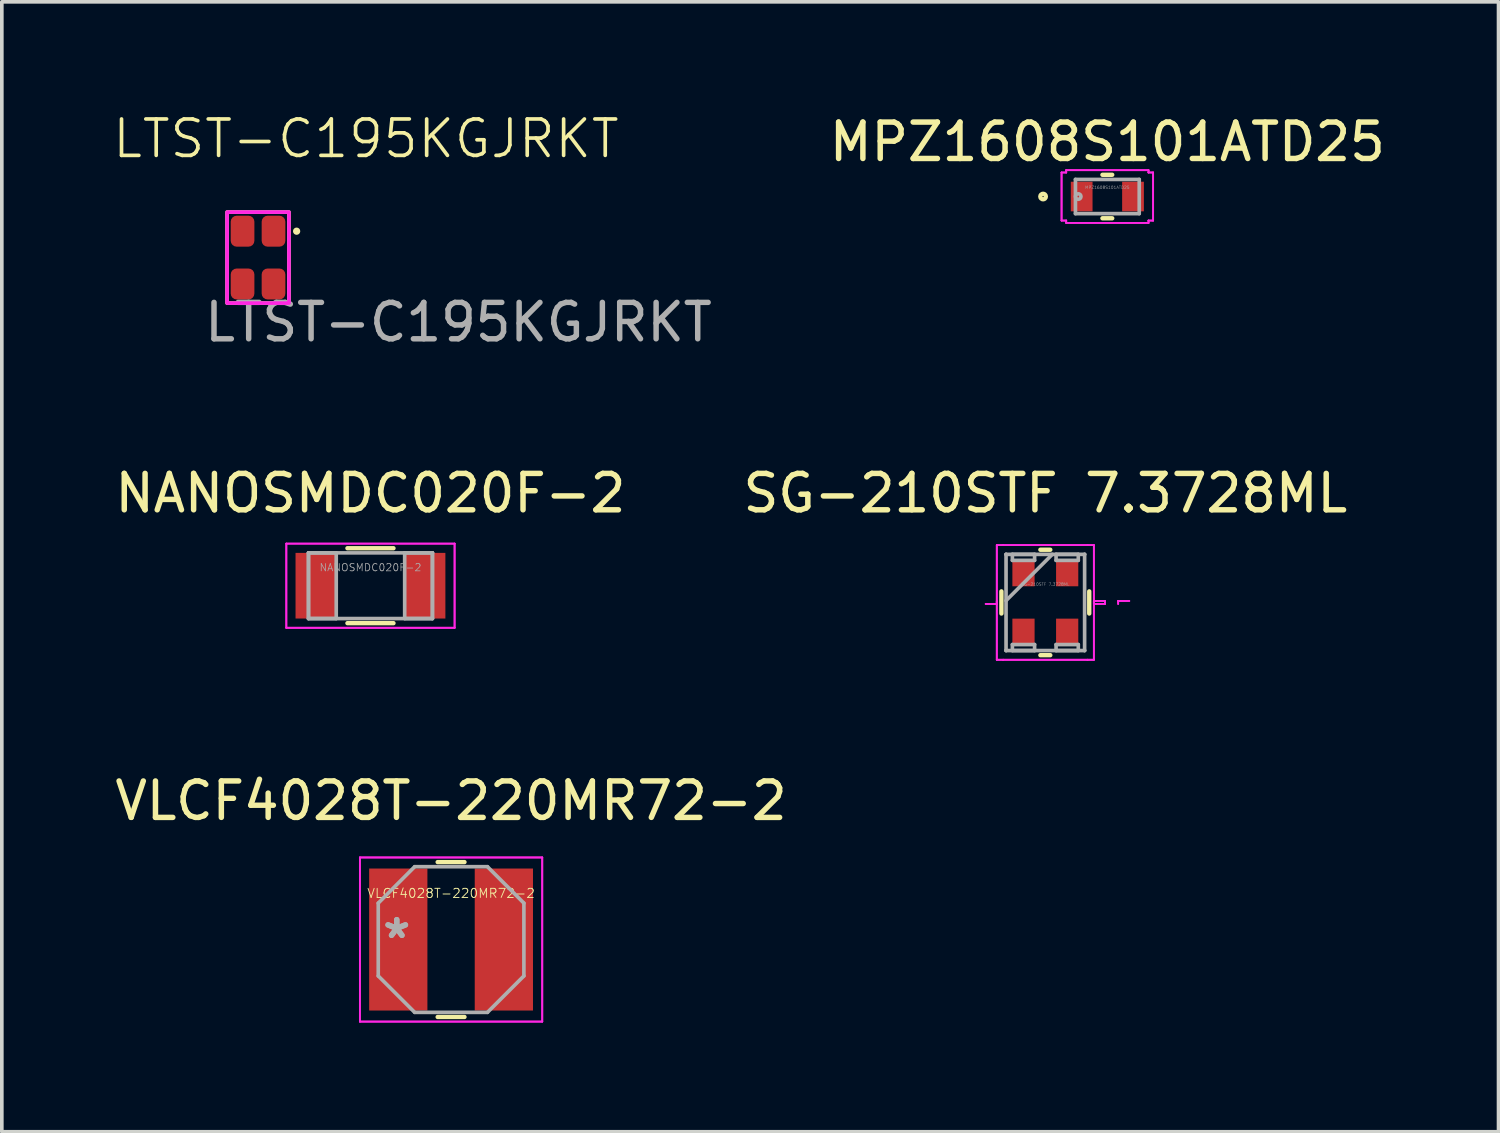
<source format=kicad_pcb>
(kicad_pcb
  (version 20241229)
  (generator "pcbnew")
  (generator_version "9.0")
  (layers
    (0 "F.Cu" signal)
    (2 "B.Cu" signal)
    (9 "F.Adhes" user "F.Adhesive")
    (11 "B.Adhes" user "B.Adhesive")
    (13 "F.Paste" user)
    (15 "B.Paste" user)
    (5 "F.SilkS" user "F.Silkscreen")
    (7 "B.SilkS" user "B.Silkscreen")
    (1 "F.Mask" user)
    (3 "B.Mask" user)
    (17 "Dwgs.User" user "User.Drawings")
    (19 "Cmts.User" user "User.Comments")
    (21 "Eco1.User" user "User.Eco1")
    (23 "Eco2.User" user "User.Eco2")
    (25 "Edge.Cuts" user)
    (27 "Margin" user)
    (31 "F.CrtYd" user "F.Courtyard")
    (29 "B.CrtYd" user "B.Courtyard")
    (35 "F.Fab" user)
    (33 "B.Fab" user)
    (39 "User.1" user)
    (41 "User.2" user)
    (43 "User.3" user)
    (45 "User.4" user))
  (footprint "VLCF4028T-220MR72-2"
    (layer "F.Cu")
    (at 9.339 22.755)
    (property "Reference" "VLCF4028T-220MR72-2" (at 0 -3.81 0) (layer "F.SilkS") (effects (font (size 1 1) (thickness 0.15))))
    (attr through_hole)
    (fp_line (start -0.368 2.127) (end 0.368 2.127) (stroke (width 0.12) (type solid)) (layer "F.SilkS"))
    (fp_line (start 0.368 -2.127) (end -0.368 -2.127) (stroke (width 0.12) (type solid)) (layer "F.SilkS"))
    (fp_line (start -2.504 -2.254) (end 2.504 -2.254) (stroke (width 0.05) (type solid)) (layer "F.CrtYd"))
    (fp_line (start -2.504 -2.254) (end 2.504 -2.254) (stroke (width 0.05) (type solid)) (layer "F.CrtYd"))
    (fp_line (start -2.504 2.254) (end -2.504 -2.254) (stroke (width 0.05) (type solid)) (layer "F.CrtYd"))
    (fp_line (start -2.504 2.254) (end -2.504 -2.254) (stroke (width 0.05) (type solid)) (layer "F.CrtYd"))
    (fp_line (start 2.504 -2.254) (end 2.504 2.254) (stroke (width 0.05) (type solid)) (layer "F.CrtYd"))
    (fp_line (start 2.504 -2.254) (end 2.504 2.254) (stroke (width 0.05) (type solid)) (layer "F.CrtYd"))
    (fp_line (start 2.504 2.254) (end -2.504 2.254) (stroke (width 0.05) (type solid)) (layer "F.CrtYd"))
    (fp_line (start 2.504 2.254) (end -2.504 2.254) (stroke (width 0.05) (type solid)) (layer "F.CrtYd"))
    (fp_line (start -2 -1) (end -2 1) (stroke (width 0.1) (type solid)) (layer "F.Fab"))
    (fp_line (start -2 1) (end -1 2) (stroke (width 0.1) (type solid)) (layer "F.Fab"))
    (fp_line (start -1 -2) (end -2 -1) (stroke (width 0.1) (type solid)) (layer "F.Fab"))
    (fp_line (start -1 2) (end 1 2) (stroke (width 0.1) (type solid)) (layer "F.Fab"))
    (fp_line (start 1 -2) (end -1 -2) (stroke (width 0.1) (type solid)) (layer "F.Fab"))
    (fp_line (start 1 2) (end 2 1) (stroke (width 0.1) (type solid)) (layer "F.Fab"))
    (fp_line (start 2 -1) (end 1 -2) (stroke (width 0.1) (type solid)) (layer "F.Fab"))
    (fp_line (start 2 1) (end 2 -1) (stroke (width 0.1) (type solid)) (layer "F.Fab"))
    (fp_text user "${REFERENCE}" (at 0 -1.27 0) (layer "F.SilkS") (effects (font (size 0.25 0.25) (thickness 0.025))))
    (fp_text user "*" (at -1.492 0 0) (layer "F.Fab") (effects (font (size 1 1) (thickness 0.15))))
    (fp_text user "*" (at -1.492 0 0) (layer "F.Fab") (effects (font (size 1 1) (thickness 0.15))))
    (pad "1" smd rect (at -1.45 0) (size 1.6 3.9) (layers "F.Cu" "F.Mask" "F.Paste"))
    (pad "2" smd rect (at 1.45 0) (size 1.6 3.9) (layers "F.Cu" "F.Mask" "F.Paste")))
  (footprint "MPZ1608S101ATD25"
    (layer "F.Cu")
    (at 27.364 2.348)
    (property "Reference" "MPZ1608S101ATD25" (at 0 -1.5 0) (layer "F.SilkS") (effects (font (size 1 1) (thickness 0.15))))
    (attr through_hole)
    (fp_line (start -0.134 0.597) (end 0.134 0.597) (stroke (width 0.12) (type solid)) (layer "F.SilkS"))
    (fp_line (start 0.134 -0.597) (end -0.134 -0.597) (stroke (width 0.12) (type solid)) (layer "F.SilkS"))
    (fp_circle (center -1.765 0) (end -1.689 0) (stroke (width 0.12) (type solid)) (fill no) (layer "F.SilkS"))
    (fp_line (start -1.257 -0.66) (end -1.13 -0.66) (stroke (width 0.05) (type solid)) (layer "F.CrtYd"))
    (fp_line (start -1.257 -0.66) (end -1.13 -0.66) (stroke (width 0.05) (type solid)) (layer "F.CrtYd"))
    (fp_line (start -1.257 0.66) (end -1.257 -0.66) (stroke (width 0.05) (type solid)) (layer "F.CrtYd"))
    (fp_line (start -1.257 0.66) (end -1.257 -0.66) (stroke (width 0.05) (type solid)) (layer "F.CrtYd"))
    (fp_line (start -1.13 -0.724) (end 1.13 -0.724) (stroke (width 0.05) (type solid)) (layer "F.CrtYd"))
    (fp_line (start -1.13 -0.724) (end 1.13 -0.724) (stroke (width 0.05) (type solid)) (layer "F.CrtYd"))
    (fp_line (start -1.13 -0.66) (end -1.13 -0.724) (stroke (width 0.05) (type solid)) (layer "F.CrtYd"))
    (fp_line (start -1.13 -0.66) (end -1.13 -0.724) (stroke (width 0.05) (type solid)) (layer "F.CrtYd"))
    (fp_line (start -1.13 0.66) (end -1.257 0.66) (stroke (width 0.05) (type solid)) (layer "F.CrtYd"))
    (fp_line (start -1.13 0.66) (end -1.257 0.66) (stroke (width 0.05) (type solid)) (layer "F.CrtYd"))
    (fp_line (start -1.13 0.724) (end -1.13 0.66) (stroke (width 0.05) (type solid)) (layer "F.CrtYd"))
    (fp_line (start -1.13 0.724) (end -1.13 0.66) (stroke (width 0.05) (type solid)) (layer "F.CrtYd"))
    (fp_line (start 1.13 -0.724) (end 1.13 -0.66) (stroke (width 0.05) (type solid)) (layer "F.CrtYd"))
    (fp_line (start 1.13 -0.724) (end 1.13 -0.66) (stroke (width 0.05) (type solid)) (layer "F.CrtYd"))
    (fp_line (start 1.13 -0.66) (end 1.257 -0.66) (stroke (width 0.05) (type solid)) (layer "F.CrtYd"))
    (fp_line (start 1.13 -0.66) (end 1.257 -0.66) (stroke (width 0.05) (type solid)) (layer "F.CrtYd"))
    (fp_line (start 1.13 0.66) (end 1.13 0.724) (stroke (width 0.05) (type solid)) (layer "F.CrtYd"))
    (fp_line (start 1.13 0.66) (end 1.13 0.724) (stroke (width 0.05) (type solid)) (layer "F.CrtYd"))
    (fp_line (start 1.13 0.724) (end -1.13 0.724) (stroke (width 0.05) (type solid)) (layer "F.CrtYd"))
    (fp_line (start 1.13 0.724) (end -1.13 0.724) (stroke (width 0.05) (type solid)) (layer "F.CrtYd"))
    (fp_line (start 1.257 -0.66) (end 1.257 0.66) (stroke (width 0.05) (type solid)) (layer "F.CrtYd"))
    (fp_line (start 1.257 -0.66) (end 1.257 0.66) (stroke (width 0.05) (type solid)) (layer "F.CrtYd"))
    (fp_line (start 1.257 0.66) (end 1.13 0.66) (stroke (width 0.05) (type solid)) (layer "F.CrtYd"))
    (fp_line (start 1.257 0.66) (end 1.13 0.66) (stroke (width 0.05) (type solid)) (layer "F.CrtYd"))
    (fp_line (start -0.876 -0.47) (end -0.876 0.47) (stroke (width 0.1) (type solid)) (layer "F.Fab"))
    (fp_line (start -0.876 0.47) (end 0.876 0.47) (stroke (width 0.1) (type solid)) (layer "F.Fab"))
    (fp_line (start 0.876 -0.47) (end -0.876 -0.47) (stroke (width 0.1) (type solid)) (layer "F.Fab"))
    (fp_line (start 0.876 0.47) (end 0.876 -0.47) (stroke (width 0.1) (type solid)) (layer "F.Fab"))
    (fp_circle (center -0.8 0) (end -0.724 0) (stroke (width 0.1) (type solid)) (fill no) (layer "F.Fab"))
    (fp_text user "${REFERENCE}" (at 0 -0.25 0) (unlocked yes) (layer "F.Fab") (effects (font (size 0.08 0.08) (thickness 0.008))))
    (pad "1" smd rect (at -0.705 0) (size 0.597 0.813) (layers "F.Cu" "F.Mask" "F.Paste"))
    (pad "2" smd rect (at 0.705 0) (size 0.597 0.813) (layers "F.Cu" "F.Mask" "F.Paste")))
  (footprint "SG-210STF 7.3728ML"
    (layer "F.Cu")
    (at 25.661 13.497)
    (property "Reference" "SG-210STF 7.3728ML" (at 0 -3 0) (layer "F.SilkS") (effects (font (size 1 1) (thickness 0.15))))
    (attr through_hole)
    (fp_line (start -1.206 -0.304) (end -1.206 0.304) (stroke (width 0.12) (type solid)) (layer "F.SilkS"))
    (fp_line (start -0.136 1.448) (end 0.136 1.448) (stroke (width 0.12) (type solid)) (layer "F.SilkS"))
    (fp_line (start 0.136 -1.448) (end -0.136 -1.448) (stroke (width 0.12) (type solid)) (layer "F.SilkS"))
    (fp_line (start 1.206 0.304) (end 1.206 -0.304) (stroke (width 0.12) (type solid)) (layer "F.SilkS"))
    (fp_line (start -1.638 0.041) (end -1.333 0.041) (stroke (width 0.05) (type solid)) (layer "F.CrtYd"))
    (fp_line (start -1.638 0.041) (end -1.333 0.041) (stroke (width 0.05) (type solid)) (layer "F.CrtYd"))
    (fp_line (start -1.333 -1.575) (end -1.159 -1.575) (stroke (width 0.05) (type solid)) (layer "F.CrtYd"))
    (fp_line (start -1.333 -1.575) (end -1.159 -1.575) (stroke (width 0.05) (type solid)) (layer "F.CrtYd"))
    (fp_line (start -1.333 0.041) (end -1.333 -1.575) (stroke (width 0.05) (type solid)) (layer "F.CrtYd"))
    (fp_line (start -1.333 0.041) (end -1.333 -1.575) (stroke (width 0.05) (type solid)) (layer "F.CrtYd"))
    (fp_line (start -1.333 1.575) (end -1.333 -0.041) (stroke (width 0.05) (type solid)) (layer "F.CrtYd"))
    (fp_line (start -1.333 1.575) (end -1.333 -0.041) (stroke (width 0.05) (type solid)) (layer "F.CrtYd"))
    (fp_line (start -1.159 -1.575) (end -1.159 -1.575) (stroke (width 0.05) (type solid)) (layer "F.CrtYd"))
    (fp_line (start -1.159 -1.575) (end -1.159 -1.575) (stroke (width 0.05) (type solid)) (layer "F.CrtYd"))
    (fp_line (start -1.159 -1.575) (end 1.159 -1.575) (stroke (width 0.05) (type solid)) (layer "F.CrtYd"))
    (fp_line (start -1.159 -1.575) (end 1.159 -1.575) (stroke (width 0.05) (type solid)) (layer "F.CrtYd"))
    (fp_line (start -1.159 1.575) (end -1.333 1.575) (stroke (width 0.05) (type solid)) (layer "F.CrtYd"))
    (fp_line (start -1.159 1.575) (end -1.333 1.575) (stroke (width 0.05) (type solid)) (layer "F.CrtYd"))
    (fp_line (start -1.159 1.575) (end -1.159 1.575) (stroke (width 0.05) (type solid)) (layer "F.CrtYd"))
    (fp_line (start -1.159 1.575) (end -1.159 1.575) (stroke (width 0.05) (type solid)) (layer "F.CrtYd"))
    (fp_line (start 1.159 -1.575) (end 1.159 -1.575) (stroke (width 0.05) (type solid)) (layer "F.CrtYd"))
    (fp_line (start 1.159 -1.575) (end 1.159 -1.575) (stroke (width 0.05) (type solid)) (layer "F.CrtYd"))
    (fp_line (start 1.159 -1.575) (end 1.333 -1.575) (stroke (width 0.05) (type solid)) (layer "F.CrtYd"))
    (fp_line (start 1.159 -1.575) (end 1.333 -1.575) (stroke (width 0.05) (type solid)) (layer "F.CrtYd"))
    (fp_line (start 1.159 1.575) (end -1.159 1.575) (stroke (width 0.05) (type solid)) (layer "F.CrtYd"))
    (fp_line (start 1.159 1.575) (end -1.159 1.575) (stroke (width 0.05) (type solid)) (layer "F.CrtYd"))
    (fp_line (start 1.159 1.575) (end 1.159 1.575) (stroke (width 0.05) (type solid)) (layer "F.CrtYd"))
    (fp_line (start 1.159 1.575) (end 1.159 1.575) (stroke (width 0.05) (type solid)) (layer "F.CrtYd"))
    (fp_line (start 1.333 -1.575) (end 1.333 0.041) (stroke (width 0.05) (type solid)) (layer "F.CrtYd"))
    (fp_line (start 1.333 -1.575) (end 1.333 0.041) (stroke (width 0.05) (type solid)) (layer "F.CrtYd"))
    (fp_line (start 1.333 -0.041) (end 1.333 1.575) (stroke (width 0.05) (type solid)) (layer "F.CrtYd"))
    (fp_line (start 1.333 -0.041) (end 1.333 1.575) (stroke (width 0.05) (type solid)) (layer "F.CrtYd"))
    (fp_line (start 1.333 0.041) (end 1.638 0.041) (stroke (width 0.05) (type solid)) (layer "F.CrtYd"))
    (fp_line (start 1.333 0.041) (end 1.638 0.041) (stroke (width 0.05) (type solid)) (layer "F.CrtYd"))
    (fp_line (start 1.333 1.575) (end 1.159 1.575) (stroke (width 0.05) (type solid)) (layer "F.CrtYd"))
    (fp_line (start 1.333 1.575) (end 1.159 1.575) (stroke (width 0.05) (type solid)) (layer "F.CrtYd"))
    (fp_line (start 1.638 -0.041) (end 1.333 -0.041) (stroke (width 0.05) (type solid)) (layer "F.CrtYd"))
    (fp_line (start 1.638 -0.041) (end 1.333 -0.041) (stroke (width 0.05) (type solid)) (layer "F.CrtYd"))
    (fp_line (start 1.638 0.041) (end 1.638 -0.041) (stroke (width 0.05) (type solid)) (layer "F.CrtYd"))
    (fp_line (start 1.638 0.041) (end 1.638 -0.041) (stroke (width 0.05) (type solid)) (layer "F.CrtYd"))
    (fp_line (start 2 -0.041) (end 2 0.041) (stroke (width 0.05) (type solid)) (layer "F.CrtYd"))
    (fp_line (start 2 -0.041) (end 2 0.041) (stroke (width 0.05) (type solid)) (layer "F.CrtYd"))
    (fp_line (start 2.305 -0.041) (end 2 -0.041) (stroke (width 0.05) (type solid)) (layer "F.CrtYd"))
    (fp_line (start 2.305 -0.041) (end 2 -0.041) (stroke (width 0.05) (type solid)) (layer "F.CrtYd"))
    (fp_line (start -1.079 -1.321) (end -1.079 -1.321) (stroke (width 0.1) (type solid)) (layer "F.Fab"))
    (fp_line (start -1.079 -1.321) (end -1.079 1.321) (stroke (width 0.1) (type solid)) (layer "F.Fab"))
    (fp_line (start -1.079 -0.051) (end 0.191 -1.321) (stroke (width 0.1) (type solid)) (layer "F.Fab"))
    (fp_line (start -1.079 1.321) (end -1.079 1.321) (stroke (width 0.1) (type solid)) (layer "F.Fab"))
    (fp_line (start -1.079 1.321) (end 1.079 1.321) (stroke (width 0.1) (type solid)) (layer "F.Fab"))
    (fp_line (start -0.905 -1.321) (end -0.295 -1.321) (stroke (width 0.1) (type solid)) (layer "F.Fab"))
    (fp_line (start -0.905 -1.156) (end -0.905 -1.321) (stroke (width 0.1) (type solid)) (layer "F.Fab"))
    (fp_line (start -0.905 1.156) (end -0.295 1.156) (stroke (width 0.1) (type solid)) (layer "F.Fab"))
    (fp_line (start -0.905 1.321) (end -0.905 1.156) (stroke (width 0.1) (type solid)) (layer "F.Fab"))
    (fp_line (start -0.295 -1.321) (end -0.295 -1.156) (stroke (width 0.1) (type solid)) (layer "F.Fab"))
    (fp_line (start -0.295 -1.156) (end -0.905 -1.156) (stroke (width 0.1) (type solid)) (layer "F.Fab"))
    (fp_line (start -0.295 1.156) (end -0.295 1.321) (stroke (width 0.1) (type solid)) (layer "F.Fab"))
    (fp_line (start -0.295 1.321) (end -0.905 1.321) (stroke (width 0.1) (type solid)) (layer "F.Fab"))
    (fp_line (start 0.295 -1.321) (end 0.905 -1.321) (stroke (width 0.1) (type solid)) (layer "F.Fab"))
    (fp_line (start 0.295 -1.156) (end 0.295 -1.321) (stroke (width 0.1) (type solid)) (layer "F.Fab"))
    (fp_line (start 0.295 1.156) (end 0.905 1.156) (stroke (width 0.1) (type solid)) (layer "F.Fab"))
    (fp_line (start 0.295 1.321) (end 0.295 1.156) (stroke (width 0.1) (type solid)) (layer "F.Fab"))
    (fp_line (start 0.905 -1.321) (end 0.905 -1.156) (stroke (width 0.1) (type solid)) (layer "F.Fab"))
    (fp_line (start 0.905 -1.156) (end 0.295 -1.156) (stroke (width 0.1) (type solid)) (layer "F.Fab"))
    (fp_line (start 0.905 1.156) (end 0.905 1.321) (stroke (width 0.1) (type solid)) (layer "F.Fab"))
    (fp_line (start 0.905 1.321) (end 0.295 1.321) (stroke (width 0.1) (type solid)) (layer "F.Fab"))
    (fp_line (start 1.079 -1.321) (end -1.079 -1.321) (stroke (width 0.1) (type solid)) (layer "F.Fab"))
    (fp_line (start 1.079 -1.321) (end 1.079 -1.321) (stroke (width 0.1) (type solid)) (layer "F.Fab"))
    (fp_line (start 1.079 1.321) (end 1.079 -1.321) (stroke (width 0.1) (type solid)) (layer "F.Fab"))
    (fp_line (start 1.079 1.321) (end 1.079 1.321) (stroke (width 0.1) (type solid)) (layer "F.Fab"))
    (fp_text user "${REFERENCE}" (at 0 -0.5 0) (layer "F.Fab") (effects (font (size 0.08 0.08) (thickness 0.008))))
    (pad "1" smd rect (at -0.6 -0.8) (size 0.61 0.711) (layers "F.Cu" "F.Mask" "F.Paste"))
    (pad "2" smd rect (at -0.6 0.8) (size 0.61 0.711) (layers "F.Cu" "F.Mask" "F.Paste"))
    (pad "3" smd rect (at 0.6 0.8) (size 0.61 0.711) (layers "F.Cu" "F.Mask" "F.Paste"))
    (pad "4" smd rect (at 0.6 -0.8) (size 0.61 0.711) (layers "F.Cu" "F.Mask" "F.Paste")))
  (footprint "LTST-C195KGJRKT"
    (layer "F.Cu")
    (at 4.462 3.3)
    (property "Reference" "LTST-C195KGJRKT" (at 2.54 -2.54 0) (unlocked yes) (layer "F.SilkS") (effects (font (size 1 1) (thickness 0.1))))
    (attr smd)
    (fp_rect (start 0.425 -0.525) (end -1.275 1.975) (stroke (width 0.1) (type default)) (fill no) (layer "F.SilkS"))
    (fp_circle (center 0.635 0) (end 0.635 0) (stroke (width 0.1) (type default)) (fill no) (layer "F.SilkS"))
    (fp_rect (start 0.425 -0.525) (end -1.275 1.975) (stroke (width 0.1) (type default)) (fill no) (layer "F.CrtYd"))
    (fp_text user "${REFERENCE}" (at 5.08 2.5 0) (unlocked yes) (layer "F.Fab") (effects (font (size 1 1) (thickness 0.15))))
    (pad "1" smd roundrect (at 0 0 180) (size 0.65 0.85) (layers "F.Cu" "F.Mask" "F.Paste") (roundrect_rratio 0.25))
    (pad "2" smd roundrect (at -0.85 0 180) (size 0.65 0.85) (layers "F.Cu" "F.Mask" "F.Paste") (roundrect_rratio 0.25))
    (pad "3" smd roundrect (at 0 1.45 180) (size 0.65 0.85) (layers "F.Cu" "F.Mask" "F.Paste") (roundrect_rratio 0.25))
    (pad "4" smd roundrect (at -0.85 1.45 180) (size 0.65 0.85) (layers "F.Cu" "F.Mask" "F.Paste") (roundrect_rratio 0.25)))
  (footprint "NANOSMDC020F-2"
    (layer "F.Cu")
    (at 7.125 13.037)
    (property "Reference" "NANOSMDC020F-2" (at 0 -2.54 0) (layer "F.SilkS") (effects (font (size 1 1) (thickness 0.15))))
    (attr through_hole)
    (fp_line (start -0.632 1.029) (end 0.632 1.029) (stroke (width 0.12) (type solid)) (layer "F.SilkS"))
    (fp_line (start 0.632 -1.029) (end -0.632 -1.029) (stroke (width 0.12) (type solid)) (layer "F.SilkS"))
    (fp_line (start -2.311 -1.156) (end 2.311 -1.156) (stroke (width 0.05) (type solid)) (layer "F.CrtYd"))
    (fp_line (start -2.311 -1.156) (end 2.311 -1.156) (stroke (width 0.05) (type solid)) (layer "F.CrtYd"))
    (fp_line (start -2.311 1.156) (end -2.311 -1.156) (stroke (width 0.05) (type solid)) (layer "F.CrtYd"))
    (fp_line (start -2.311 1.156) (end -2.311 -1.156) (stroke (width 0.05) (type solid)) (layer "F.CrtYd"))
    (fp_line (start 2.311 -1.156) (end 2.311 1.156) (stroke (width 0.05) (type solid)) (layer "F.CrtYd"))
    (fp_line (start 2.311 -1.156) (end 2.311 1.156) (stroke (width 0.05) (type solid)) (layer "F.CrtYd"))
    (fp_line (start 2.311 1.156) (end -2.311 1.156) (stroke (width 0.05) (type solid)) (layer "F.CrtYd"))
    (fp_line (start 2.311 1.156) (end -2.311 1.156) (stroke (width 0.05) (type solid)) (layer "F.CrtYd"))
    (fp_line (start -1.702 -0.902) (end -1.702 0.902) (stroke (width 0.1) (type solid)) (layer "F.Fab"))
    (fp_line (start -1.702 -0.902) (end -1.702 0.902) (stroke (width 0.1) (type solid)) (layer "F.Fab"))
    (fp_line (start -1.702 0.902) (end -0.94 0.902) (stroke (width 0.1) (type solid)) (layer "F.Fab"))
    (fp_line (start -1.702 0.902) (end 1.702 0.902) (stroke (width 0.1) (type solid)) (layer "F.Fab"))
    (fp_line (start -0.94 -0.902) (end -1.702 -0.902) (stroke (width 0.1) (type solid)) (layer "F.Fab"))
    (fp_line (start -0.94 0.902) (end -0.94 -0.902) (stroke (width 0.1) (type solid)) (layer "F.Fab"))
    (fp_line (start 0.94 -0.902) (end 0.94 0.902) (stroke (width 0.1) (type solid)) (layer "F.Fab"))
    (fp_line (start 0.94 0.902) (end 1.702 0.902) (stroke (width 0.1) (type solid)) (layer "F.Fab"))
    (fp_line (start 1.702 -0.902) (end -1.702 -0.902) (stroke (width 0.1) (type solid)) (layer "F.Fab"))
    (fp_line (start 1.702 -0.902) (end 0.94 -0.902) (stroke (width 0.1) (type solid)) (layer "F.Fab"))
    (fp_line (start 1.702 0.902) (end 1.702 -0.902) (stroke (width 0.1) (type solid)) (layer "F.Fab"))
    (fp_line (start 1.702 0.902) (end 1.702 -0.902) (stroke (width 0.1) (type solid)) (layer "F.Fab"))
    (fp_text user "${REFERENCE}" (at 0 -0.5 0) (layer "F.Fab") (effects (font (size 0.2 0.2) (thickness 0.02))))
    (pad "1" smd rect (at -1.499 0) (size 1.118 1.803) (layers "F.Cu" "F.Mask" "F.Paste"))
    (pad "2" smd rect (at 1.499 0) (size 1.118 1.803) (layers "F.Cu" "F.Mask" "F.Paste")))
  (gr_rect
    (start -3 -3)
    (end 38.108 28.034)
    (stroke (width 0.1) (type default))
    (fill no)
    (layer "Edge.Cuts")))
</source>
